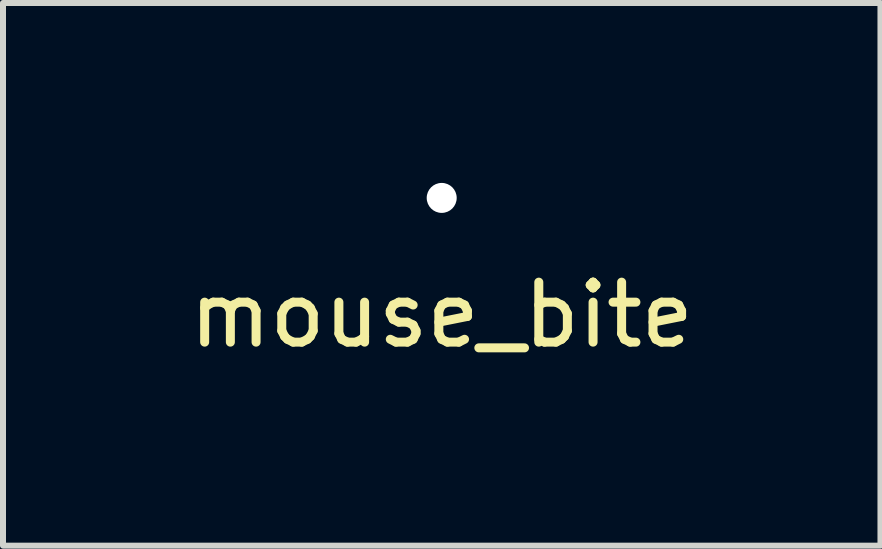
<source format=kicad_pcb>
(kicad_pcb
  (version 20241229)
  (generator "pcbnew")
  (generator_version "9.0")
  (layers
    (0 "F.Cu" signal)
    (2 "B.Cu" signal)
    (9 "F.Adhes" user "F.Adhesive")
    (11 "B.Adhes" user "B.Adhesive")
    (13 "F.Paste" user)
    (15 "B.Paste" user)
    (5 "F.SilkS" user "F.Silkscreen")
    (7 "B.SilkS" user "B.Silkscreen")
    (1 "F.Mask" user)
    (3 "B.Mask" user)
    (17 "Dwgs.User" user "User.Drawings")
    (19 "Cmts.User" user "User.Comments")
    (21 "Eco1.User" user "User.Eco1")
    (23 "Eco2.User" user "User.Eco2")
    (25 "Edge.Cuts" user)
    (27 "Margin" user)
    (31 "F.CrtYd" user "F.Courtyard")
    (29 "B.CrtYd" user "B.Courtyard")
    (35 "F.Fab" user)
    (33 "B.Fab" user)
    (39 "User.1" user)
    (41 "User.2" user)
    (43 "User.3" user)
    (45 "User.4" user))
  (footprint "mouse_bite"
    (layer "F.Cu")
    (at 4.315 0.25)
    (property "Reference" "mouse_bite" (at 0 1.95 0) (layer "F.SilkS") (effects (font (size 1 1) (thickness 0.15))))
    (attr through_hole)
    (pad "" np_thru_hole circle (at 0 0) (size 0.5 0.5) (drill 0.5) (layers "*.Cu" "*.Mask")))
  (gr_rect
    (start -3 -3)
    (end 11.631 6.048)
    (stroke (width 0.1) (type default))
    (fill no)
    (layer "Edge.Cuts")))
</source>
